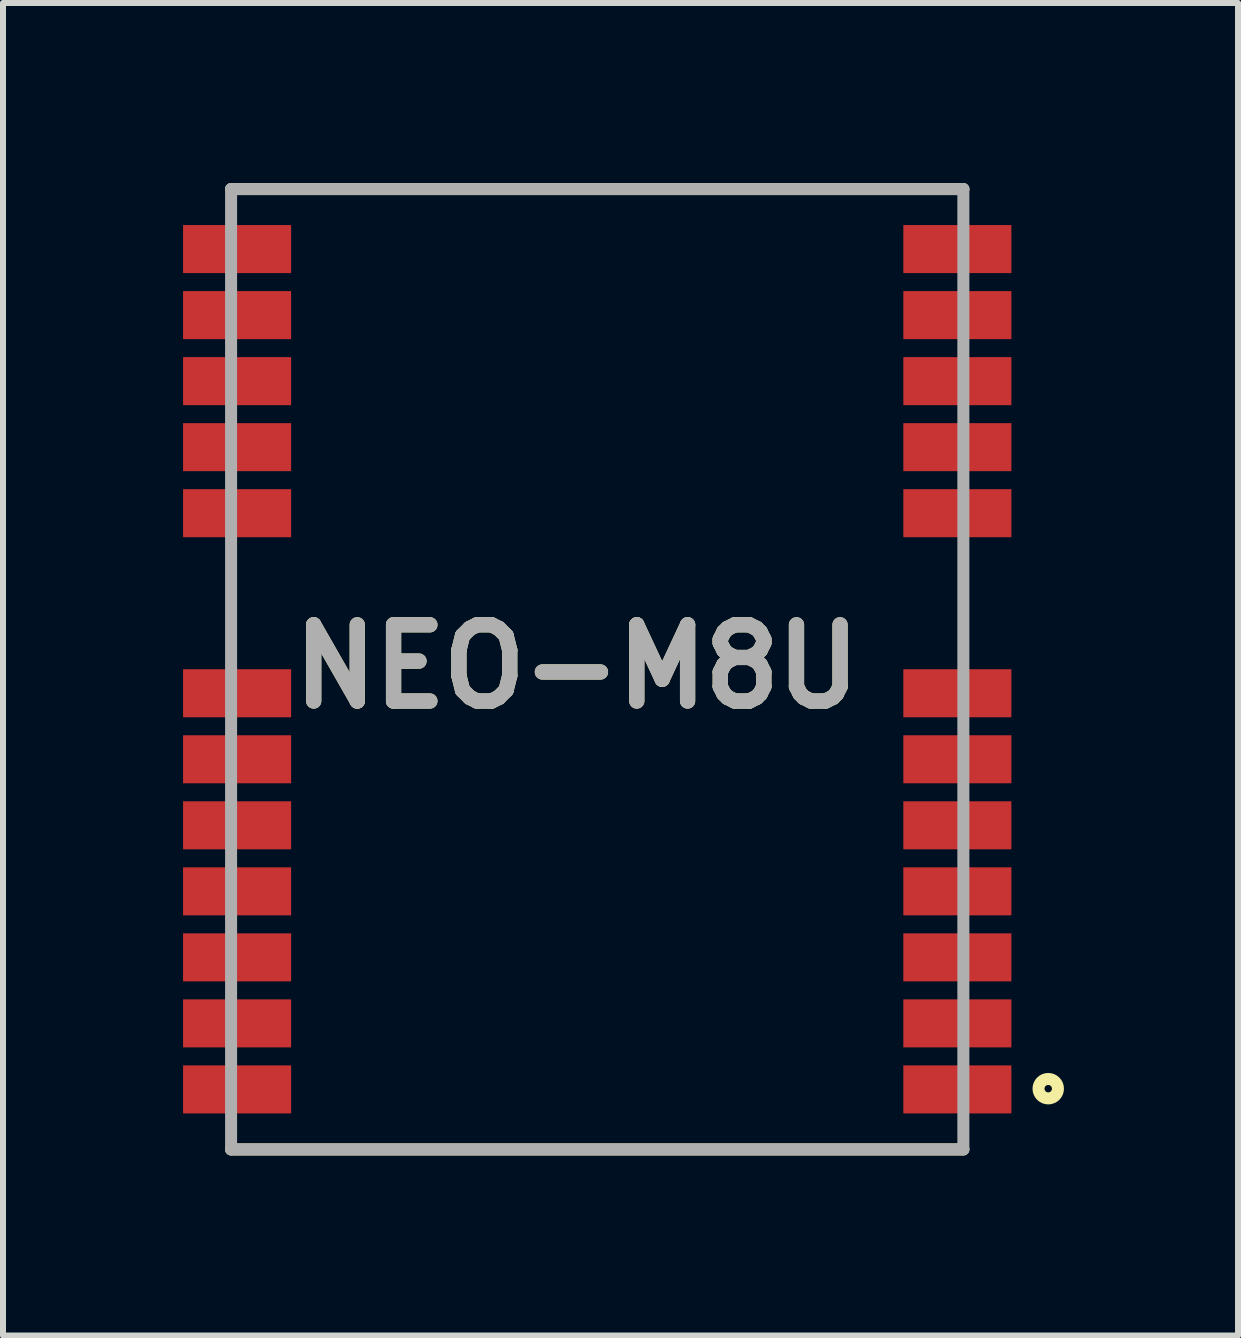
<source format=kicad_pcb>
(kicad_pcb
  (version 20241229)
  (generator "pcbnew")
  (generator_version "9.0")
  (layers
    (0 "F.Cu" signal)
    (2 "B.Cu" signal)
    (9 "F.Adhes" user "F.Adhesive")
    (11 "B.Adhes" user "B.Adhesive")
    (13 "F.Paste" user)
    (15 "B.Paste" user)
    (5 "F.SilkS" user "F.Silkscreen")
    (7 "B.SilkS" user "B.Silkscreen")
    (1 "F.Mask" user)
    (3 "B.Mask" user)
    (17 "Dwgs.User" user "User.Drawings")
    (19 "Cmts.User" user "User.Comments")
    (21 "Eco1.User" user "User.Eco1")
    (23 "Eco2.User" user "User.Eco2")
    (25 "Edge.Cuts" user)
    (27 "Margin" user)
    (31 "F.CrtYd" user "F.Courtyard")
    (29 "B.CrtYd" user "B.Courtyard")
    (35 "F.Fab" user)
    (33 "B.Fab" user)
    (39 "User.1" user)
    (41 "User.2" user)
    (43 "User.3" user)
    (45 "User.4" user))
  (footprint "NEO-M8U"
    (layer "F.Cu")
    (at 6.9 8.1)
    (property "Reference" "NEO-M8U" (at -0.339 -0.045 0) (layer "F.SilkS") (effects (font (size 1.27 1.27) (thickness 0.254))))
    (attr smd)
    (fp_line (start -6.1 8) (end 6.1 8) (stroke (width 0.2) (type solid)) (layer "F.SilkS"))
    (fp_line (start 6.1 -8) (end -6.1 -8) (stroke (width 0.2) (type solid)) (layer "F.SilkS"))
    (fp_circle (center 7.514 6.988) (end 7.514 7.05) (stroke (width 0.2) (type solid)) (fill no) (layer "F.SilkS"))
    (fp_line (start -6.1 -8) (end 6.1 -8) (stroke (width 0.2) (type solid)) (layer "F.Fab"))
    (fp_line (start -6.1 8) (end -6.1 -8) (stroke (width 0.2) (type solid)) (layer "F.Fab"))
    (fp_line (start 6.1 -8) (end 6.1 8) (stroke (width 0.2) (type solid)) (layer "F.Fab"))
    (fp_line (start 6.1 8) (end -6.1 8) (stroke (width 0.2) (type solid)) (layer "F.Fab"))
    (fp_text user "${REFERENCE}" (at -0.339 -0.045 0) (layer "F.Fab") (effects (font (size 1.27 1.27) (thickness 0.254))))
    (pad "1" smd rect (at 6 7 90) (size 0.8 1.8) (layers "F.Cu" "F.Mask" "F.Paste"))
    (pad "2" smd rect (at 6 5.9 90) (size 0.8 1.8) (layers "F.Cu" "F.Mask" "F.Paste"))
    (pad "3" smd rect (at 6 4.8 90) (size 0.8 1.8) (layers "F.Cu" "F.Mask" "F.Paste"))
    (pad "4" smd rect (at 6 3.7 90) (size 0.8 1.8) (layers "F.Cu" "F.Mask" "F.Paste"))
    (pad "5" smd rect (at 6 2.6 90) (size 0.8 1.8) (layers "F.Cu" "F.Mask" "F.Paste"))
    (pad "6" smd rect (at 6 1.5 90) (size 0.8 1.8) (layers "F.Cu" "F.Mask" "F.Paste"))
    (pad "7" smd rect (at 6 0.4 90) (size 0.8 1.8) (layers "F.Cu" "F.Mask" "F.Paste"))
    (pad "8" smd rect (at 6 -2.6 90) (size 0.8 1.8) (layers "F.Cu" "F.Mask" "F.Paste"))
    (pad "9" smd rect (at 6 -3.7 90) (size 0.8 1.8) (layers "F.Cu" "F.Mask" "F.Paste"))
    (pad "10" smd rect (at 6 -4.8 90) (size 0.8 1.8) (layers "F.Cu" "F.Mask" "F.Paste"))
    (pad "11" smd rect (at 6 -5.9 90) (size 0.8 1.8) (layers "F.Cu" "F.Mask" "F.Paste"))
    (pad "12" smd rect (at 6 -7 90) (size 0.8 1.8) (layers "F.Cu" "F.Mask" "F.Paste"))
    (pad "13" smd rect (at -6 -7 90) (size 0.8 1.8) (layers "F.Cu" "F.Mask" "F.Paste"))
    (pad "14" smd rect (at -6 -5.9 90) (size 0.8 1.8) (layers "F.Cu" "F.Mask" "F.Paste"))
    (pad "15" smd rect (at -6 -4.8 90) (size 0.8 1.8) (layers "F.Cu" "F.Mask" "F.Paste"))
    (pad "16" smd rect (at -6 -3.7 90) (size 0.8 1.8) (layers "F.Cu" "F.Mask" "F.Paste"))
    (pad "17" smd rect (at -6 -2.6 90) (size 0.8 1.8) (layers "F.Cu" "F.Mask" "F.Paste"))
    (pad "18" smd rect (at -6 0.4 90) (size 0.8 1.8) (layers "F.Cu" "F.Mask" "F.Paste"))
    (pad "19" smd rect (at -6 1.5 90) (size 0.8 1.8) (layers "F.Cu" "F.Mask" "F.Paste"))
    (pad "20" smd rect (at -6 2.6 90) (size 0.8 1.8) (layers "F.Cu" "F.Mask" "F.Paste"))
    (pad "21" smd rect (at -6 3.7 90) (size 0.8 1.8) (layers "F.Cu" "F.Mask" "F.Paste"))
    (pad "22" smd rect (at -6 4.8 90) (size 0.8 1.8) (layers "F.Cu" "F.Mask" "F.Paste"))
    (pad "23" smd rect (at -6 5.9 90) (size 0.8 1.8) (layers "F.Cu" "F.Mask" "F.Paste"))
    (pad "24" smd rect (at -6 7 90) (size 0.8 1.8) (layers "F.Cu" "F.Mask" "F.Paste")))
  (gr_rect
    (start -3 -3)
    (end 17.576 19.2)
    (stroke (width 0.1) (type default))
    (fill no)
    (layer "Edge.Cuts")))
</source>
